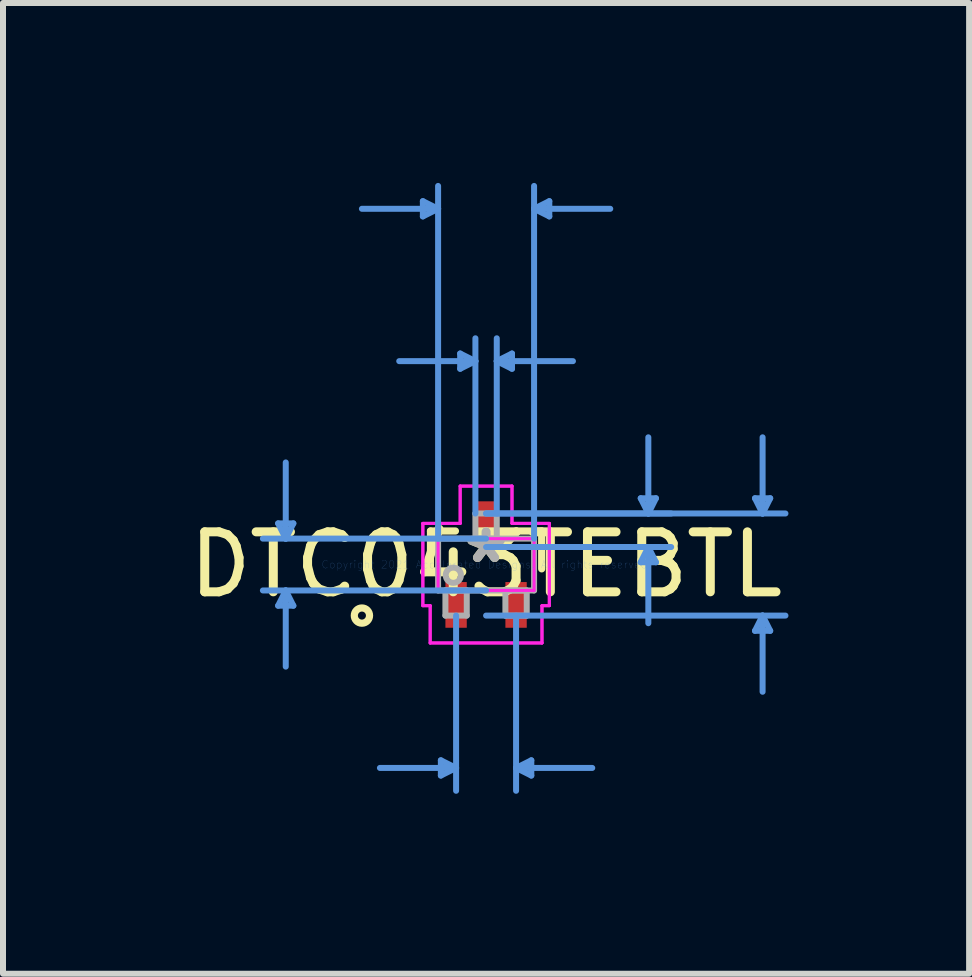
<source format=kicad_pcb>
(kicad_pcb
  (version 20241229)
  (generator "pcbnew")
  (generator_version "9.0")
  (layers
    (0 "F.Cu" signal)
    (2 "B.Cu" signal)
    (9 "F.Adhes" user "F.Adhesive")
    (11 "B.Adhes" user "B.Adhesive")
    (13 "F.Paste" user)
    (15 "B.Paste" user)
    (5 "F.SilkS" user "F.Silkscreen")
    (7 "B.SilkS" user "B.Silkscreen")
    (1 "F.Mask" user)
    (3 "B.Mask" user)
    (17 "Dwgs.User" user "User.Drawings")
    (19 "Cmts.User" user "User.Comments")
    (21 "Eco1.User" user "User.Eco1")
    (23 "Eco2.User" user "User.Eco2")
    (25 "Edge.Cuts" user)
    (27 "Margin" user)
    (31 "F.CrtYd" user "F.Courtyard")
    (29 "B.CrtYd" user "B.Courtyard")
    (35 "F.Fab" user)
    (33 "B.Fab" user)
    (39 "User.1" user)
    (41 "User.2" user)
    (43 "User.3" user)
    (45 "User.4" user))
  (footprint "DTC043TEBTL"
    (layer "F.Cu")
    (at 5.054 6.362)
    (property "Reference" "DTC043TEBTL" (at 0 0 0) (layer "F.SilkS") (effects (font (size 1 1) (thickness 0.15))))
    (attr through_hole)
    (fp_line (start -0.927 -0.559) (end -0.927 0.072) (stroke (width 0.12) (type solid)) (layer "F.SilkS"))
    (fp_line (start -0.511 -0.559) (end -0.927 -0.559) (stroke (width 0.12) (type solid)) (layer "F.SilkS"))
    (fp_line (start 0.927 -0.559) (end 0.511 -0.559) (stroke (width 0.12) (type solid)) (layer "F.SilkS"))
    (fp_line (start 0.927 0.072) (end 0.927 -0.559) (stroke (width 0.12) (type solid)) (layer "F.SilkS"))
    (fp_circle (center -2.07 0.851) (end -1.943 0.851) (stroke (width 0.12) (type solid)) (fill no) (layer "F.SilkS"))
    (fp_line (start -3.467 -0.686) (end -3.213 -0.686) (stroke (width 0.1) (type solid)) (layer "Cmts.User"))
    (fp_line (start -3.467 0.686) (end -3.213 0.686) (stroke (width 0.1) (type solid)) (layer "Cmts.User"))
    (fp_line (start -3.34 -0.432) (end -3.467 -0.686) (stroke (width 0.1) (type solid)) (layer "Cmts.User"))
    (fp_line (start -3.34 -0.432) (end -3.34 -1.702) (stroke (width 0.1) (type solid)) (layer "Cmts.User"))
    (fp_line (start -3.34 -0.432) (end -3.213 -0.686) (stroke (width 0.1) (type solid)) (layer "Cmts.User"))
    (fp_line (start -3.34 0.432) (end -3.467 0.686) (stroke (width 0.1) (type solid)) (layer "Cmts.User"))
    (fp_line (start -3.34 0.432) (end -3.34 1.702) (stroke (width 0.1) (type solid)) (layer "Cmts.User"))
    (fp_line (start -3.34 0.432) (end -3.213 0.686) (stroke (width 0.1) (type solid)) (layer "Cmts.User"))
    (fp_line (start -1.054 -6.058) (end -1.054 -5.804) (stroke (width 0.1) (type solid)) (layer "Cmts.User"))
    (fp_line (start -0.8 -5.931) (end -2.07 -5.931) (stroke (width 0.1) (type solid)) (layer "Cmts.User"))
    (fp_line (start -0.8 -5.931) (end -1.054 -6.058) (stroke (width 0.1) (type solid)) (layer "Cmts.User"))
    (fp_line (start -0.8 -5.931) (end -1.054 -5.804) (stroke (width 0.1) (type solid)) (layer "Cmts.User"))
    (fp_line (start -0.8 -0.432) (end -0.8 -6.312) (stroke (width 0.1) (type solid)) (layer "Cmts.User"))
    (fp_line (start -0.754 3.264) (end -0.754 3.518) (stroke (width 0.1) (type solid)) (layer "Cmts.User"))
    (fp_line (start -0.5 0.851) (end -0.5 3.772) (stroke (width 0.1) (type solid)) (layer "Cmts.User"))
    (fp_line (start -0.5 3.391) (end -1.77 3.391) (stroke (width 0.1) (type solid)) (layer "Cmts.User"))
    (fp_line (start -0.5 3.391) (end -0.754 3.264) (stroke (width 0.1) (type solid)) (layer "Cmts.User"))
    (fp_line (start -0.5 3.391) (end -0.754 3.518) (stroke (width 0.1) (type solid)) (layer "Cmts.User"))
    (fp_line (start -0.432 -3.518) (end -0.432 -3.264) (stroke (width 0.1) (type solid)) (layer "Cmts.User"))
    (fp_line (start -0.178 -3.391) (end -1.448 -3.391) (stroke (width 0.1) (type solid)) (layer "Cmts.User"))
    (fp_line (start -0.178 -3.391) (end -0.432 -3.518) (stroke (width 0.1) (type solid)) (layer "Cmts.User"))
    (fp_line (start -0.178 -3.391) (end -0.432 -3.264) (stroke (width 0.1) (type solid)) (layer "Cmts.User"))
    (fp_line (start -0.178 -0.851) (end -0.178 -3.772) (stroke (width 0.1) (type solid)) (layer "Cmts.User"))
    (fp_line (start 0 -0.851) (end 3.086 -0.851) (stroke (width 0.1) (type solid)) (layer "Cmts.User"))
    (fp_line (start 0 -0.851) (end 4.991 -0.851) (stroke (width 0.1) (type solid)) (layer "Cmts.User"))
    (fp_line (start 0 -0.432) (end -3.721 -0.432) (stroke (width 0.1) (type solid)) (layer "Cmts.User"))
    (fp_line (start 0 -0.292) (end 3.086 -0.292) (stroke (width 0.1) (type solid)) (layer "Cmts.User"))
    (fp_line (start 0 0.432) (end -3.721 0.432) (stroke (width 0.1) (type solid)) (layer "Cmts.User"))
    (fp_line (start 0 0.851) (end 4.991 0.851) (stroke (width 0.1) (type solid)) (layer "Cmts.User"))
    (fp_line (start 0.178 -3.391) (end 0.432 -3.518) (stroke (width 0.1) (type solid)) (layer "Cmts.User"))
    (fp_line (start 0.178 -3.391) (end 0.432 -3.264) (stroke (width 0.1) (type solid)) (layer "Cmts.User"))
    (fp_line (start 0.178 -3.391) (end 1.448 -3.391) (stroke (width 0.1) (type solid)) (layer "Cmts.User"))
    (fp_line (start 0.178 -0.851) (end 0.178 -3.772) (stroke (width 0.1) (type solid)) (layer "Cmts.User"))
    (fp_line (start 0.432 -3.518) (end 0.432 -3.264) (stroke (width 0.1) (type solid)) (layer "Cmts.User"))
    (fp_line (start 0.5 0.851) (end 0.5 3.772) (stroke (width 0.1) (type solid)) (layer "Cmts.User"))
    (fp_line (start 0.5 3.391) (end 0.754 3.264) (stroke (width 0.1) (type solid)) (layer "Cmts.User"))
    (fp_line (start 0.5 3.391) (end 0.754 3.518) (stroke (width 0.1) (type solid)) (layer "Cmts.User"))
    (fp_line (start 0.5 3.391) (end 1.77 3.391) (stroke (width 0.1) (type solid)) (layer "Cmts.User"))
    (fp_line (start 0.754 3.264) (end 0.754 3.518) (stroke (width 0.1) (type solid)) (layer "Cmts.User"))
    (fp_line (start 0.8 -5.931) (end 1.054 -6.058) (stroke (width 0.1) (type solid)) (layer "Cmts.User"))
    (fp_line (start 0.8 -5.931) (end 1.054 -5.804) (stroke (width 0.1) (type solid)) (layer "Cmts.User"))
    (fp_line (start 0.8 -5.931) (end 2.07 -5.931) (stroke (width 0.1) (type solid)) (layer "Cmts.User"))
    (fp_line (start 0.8 -0.432) (end 0.8 -6.312) (stroke (width 0.1) (type solid)) (layer "Cmts.User"))
    (fp_line (start 1.054 -6.058) (end 1.054 -5.804) (stroke (width 0.1) (type solid)) (layer "Cmts.User"))
    (fp_line (start 2.578 -1.105) (end 2.832 -1.105) (stroke (width 0.1) (type solid)) (layer "Cmts.User"))
    (fp_line (start 2.578 -0.038) (end 2.832 -0.038) (stroke (width 0.1) (type solid)) (layer "Cmts.User"))
    (fp_line (start 2.705 -0.851) (end 2.578 -1.105) (stroke (width 0.1) (type solid)) (layer "Cmts.User"))
    (fp_line (start 2.705 -0.851) (end 2.705 -2.121) (stroke (width 0.1) (type solid)) (layer "Cmts.User"))
    (fp_line (start 2.705 -0.851) (end 2.832 -1.105) (stroke (width 0.1) (type solid)) (layer "Cmts.User"))
    (fp_line (start 2.705 -0.292) (end 2.578 -0.038) (stroke (width 0.1) (type solid)) (layer "Cmts.User"))
    (fp_line (start 2.705 -0.292) (end 2.705 0.978) (stroke (width 0.1) (type solid)) (layer "Cmts.User"))
    (fp_line (start 2.705 -0.292) (end 2.832 -0.038) (stroke (width 0.1) (type solid)) (layer "Cmts.User"))
    (fp_line (start 4.483 -1.105) (end 4.737 -1.105) (stroke (width 0.1) (type solid)) (layer "Cmts.User"))
    (fp_line (start 4.483 1.105) (end 4.737 1.105) (stroke (width 0.1) (type solid)) (layer "Cmts.User"))
    (fp_line (start 4.61 -0.851) (end 4.483 -1.105) (stroke (width 0.1) (type solid)) (layer "Cmts.User"))
    (fp_line (start 4.61 -0.851) (end 4.61 -2.121) (stroke (width 0.1) (type solid)) (layer "Cmts.User"))
    (fp_line (start 4.61 -0.851) (end 4.737 -1.105) (stroke (width 0.1) (type solid)) (layer "Cmts.User"))
    (fp_line (start 4.61 0.851) (end 4.483 1.105) (stroke (width 0.1) (type solid)) (layer "Cmts.User"))
    (fp_line (start 4.61 0.851) (end 4.61 2.121) (stroke (width 0.1) (type solid)) (layer "Cmts.User"))
    (fp_line (start 4.61 0.851) (end 4.737 1.105) (stroke (width 0.1) (type solid)) (layer "Cmts.User"))
    (fp_line (start -1.054 -0.686) (end -0.432 -0.686) (stroke (width 0.05) (type solid)) (layer "F.CrtYd"))
    (fp_line (start -1.054 -0.686) (end -0.432 -0.686) (stroke (width 0.05) (type solid)) (layer "F.CrtYd"))
    (fp_line (start -1.054 0.686) (end -1.054 -0.686) (stroke (width 0.05) (type solid)) (layer "F.CrtYd"))
    (fp_line (start -1.054 0.686) (end -1.054 -0.686) (stroke (width 0.05) (type solid)) (layer "F.CrtYd"))
    (fp_line (start -1.054 0.686) (end -0.932 0.686) (stroke (width 0.05) (type solid)) (layer "F.CrtYd"))
    (fp_line (start -0.932 0.686) (end -1.054 0.686) (stroke (width 0.05) (type solid)) (layer "F.CrtYd"))
    (fp_line (start -0.932 0.686) (end -0.932 1.308) (stroke (width 0.05) (type solid)) (layer "F.CrtYd"))
    (fp_line (start -0.932 1.308) (end -0.932 0.686) (stroke (width 0.05) (type solid)) (layer "F.CrtYd"))
    (fp_line (start -0.932 1.308) (end 0.932 1.308) (stroke (width 0.05) (type solid)) (layer "F.CrtYd"))
    (fp_line (start -0.8 -0.432) (end 0.8 -0.432) (stroke (width 0.05) (type solid)) (layer "F.CrtYd"))
    (fp_line (start -0.8 0.432) (end -0.8 -0.432) (stroke (width 0.05) (type solid)) (layer "F.CrtYd"))
    (fp_line (start -0.432 -1.308) (end 0.432 -1.308) (stroke (width 0.05) (type solid)) (layer "F.CrtYd"))
    (fp_line (start -0.432 -1.308) (end 0.432 -1.308) (stroke (width 0.05) (type solid)) (layer "F.CrtYd"))
    (fp_line (start -0.432 -0.686) (end -0.432 -1.308) (stroke (width 0.05) (type solid)) (layer "F.CrtYd"))
    (fp_line (start -0.432 -0.686) (end -0.432 -1.308) (stroke (width 0.05) (type solid)) (layer "F.CrtYd"))
    (fp_line (start 0.432 -1.308) (end 0.432 -0.686) (stroke (width 0.05) (type solid)) (layer "F.CrtYd"))
    (fp_line (start 0.432 -0.686) (end 0.432 -1.308) (stroke (width 0.05) (type solid)) (layer "F.CrtYd"))
    (fp_line (start 0.432 -0.686) (end 1.054 -0.686) (stroke (width 0.05) (type solid)) (layer "F.CrtYd"))
    (fp_line (start 0.8 -0.432) (end 0.8 0.432) (stroke (width 0.05) (type solid)) (layer "F.CrtYd"))
    (fp_line (start 0.8 0.432) (end -0.8 0.432) (stroke (width 0.05) (type solid)) (layer "F.CrtYd"))
    (fp_line (start 0.932 0.686) (end 0.932 1.308) (stroke (width 0.05) (type solid)) (layer "F.CrtYd"))
    (fp_line (start 0.932 0.686) (end 0.932 1.308) (stroke (width 0.05) (type solid)) (layer "F.CrtYd"))
    (fp_line (start 0.932 1.308) (end -0.932 1.308) (stroke (width 0.05) (type solid)) (layer "F.CrtYd"))
    (fp_line (start 1.054 -0.686) (end 0.432 -0.686) (stroke (width 0.05) (type solid)) (layer "F.CrtYd"))
    (fp_line (start 1.054 -0.686) (end 1.054 0.686) (stroke (width 0.05) (type solid)) (layer "F.CrtYd"))
    (fp_line (start 1.054 -0.686) (end 1.054 0.686) (stroke (width 0.05) (type solid)) (layer "F.CrtYd"))
    (fp_line (start 1.054 0.686) (end 0.932 0.686) (stroke (width 0.05) (type solid)) (layer "F.CrtYd"))
    (fp_line (start 1.054 0.686) (end 0.932 0.686) (stroke (width 0.05) (type solid)) (layer "F.CrtYd"))
    (fp_line (start -0.8 -0.432) (end -0.8 0.432) (stroke (width 0.1) (type solid)) (layer "F.Fab"))
    (fp_line (start -0.8 0.432) (end 0.8 0.432) (stroke (width 0.1) (type solid)) (layer "F.Fab"))
    (fp_line (start -0.678 0.432) (end -0.678 0.851) (stroke (width 0.1) (type solid)) (layer "F.Fab"))
    (fp_line (start -0.678 0.851) (end -0.322 0.851) (stroke (width 0.1) (type solid)) (layer "F.Fab"))
    (fp_line (start -0.322 0.432) (end -0.678 0.432) (stroke (width 0.1) (type solid)) (layer "F.Fab"))
    (fp_line (start -0.322 0.851) (end -0.322 0.432) (stroke (width 0.1) (type solid)) (layer "F.Fab"))
    (fp_line (start -0.178 -0.851) (end -0.178 -0.432) (stroke (width 0.1) (type solid)) (layer "F.Fab"))
    (fp_line (start -0.178 -0.432) (end 0.178 -0.432) (stroke (width 0.1) (type solid)) (layer "F.Fab"))
    (fp_line (start 0.178 -0.851) (end -0.178 -0.851) (stroke (width 0.1) (type solid)) (layer "F.Fab"))
    (fp_line (start 0.178 -0.432) (end 0.178 -0.851) (stroke (width 0.1) (type solid)) (layer "F.Fab"))
    (fp_line (start 0.322 0.432) (end 0.322 0.851) (stroke (width 0.1) (type solid)) (layer "F.Fab"))
    (fp_line (start 0.322 0.851) (end 0.678 0.851) (stroke (width 0.1) (type solid)) (layer "F.Fab"))
    (fp_line (start 0.678 0.432) (end 0.322 0.432) (stroke (width 0.1) (type solid)) (layer "F.Fab"))
    (fp_line (start 0.678 0.851) (end 0.678 0.432) (stroke (width 0.1) (type solid)) (layer "F.Fab"))
    (fp_line (start 0.8 -0.432) (end -0.8 -0.432) (stroke (width 0.1) (type solid)) (layer "F.Fab"))
    (fp_line (start 0.8 0.432) (end 0.8 -0.432) (stroke (width 0.1) (type solid)) (layer "F.Fab"))
    (fp_circle (center -0.546 0.178) (end -0.419 0.178) (stroke (width 0.1) (type solid)) (fill no) (layer "F.Fab"))
    (fp_text user "*" (at 0 0 0) (layer "F.SilkS") (effects (font (size 1 1) (thickness 0.15))))
    (fp_text user "Copyright 2021 Accelerated Designs. All rights reserved." (at 0 0 0) (layer "Cmts.User") (effects (font (size 0.127 0.127) (thickness 0.002))))
    (fp_text user "*" (at 0 0 0) (layer "F.Fab") (effects (font (size 1 1) (thickness 0.15))))
    (pad "1" smd rect (at -0.5 0.673) (size 0.356 0.762) (layers "F.Cu" "F.Mask" "F.Paste"))
    (pad "2" smd rect (at 0.5 0.673) (size 0.356 0.762) (layers "F.Cu" "F.Mask" "F.Paste"))
    (pad "3" smd rect (at 0 -0.673) (size 0.356 0.762) (layers "F.Cu" "F.Mask" "F.Paste")))
  (gr_rect
    (start -3 -3)
    (end 13.107 13.184)
    (stroke (width 0.1) (type default))
    (fill no)
    (layer "Edge.Cuts")))
</source>
